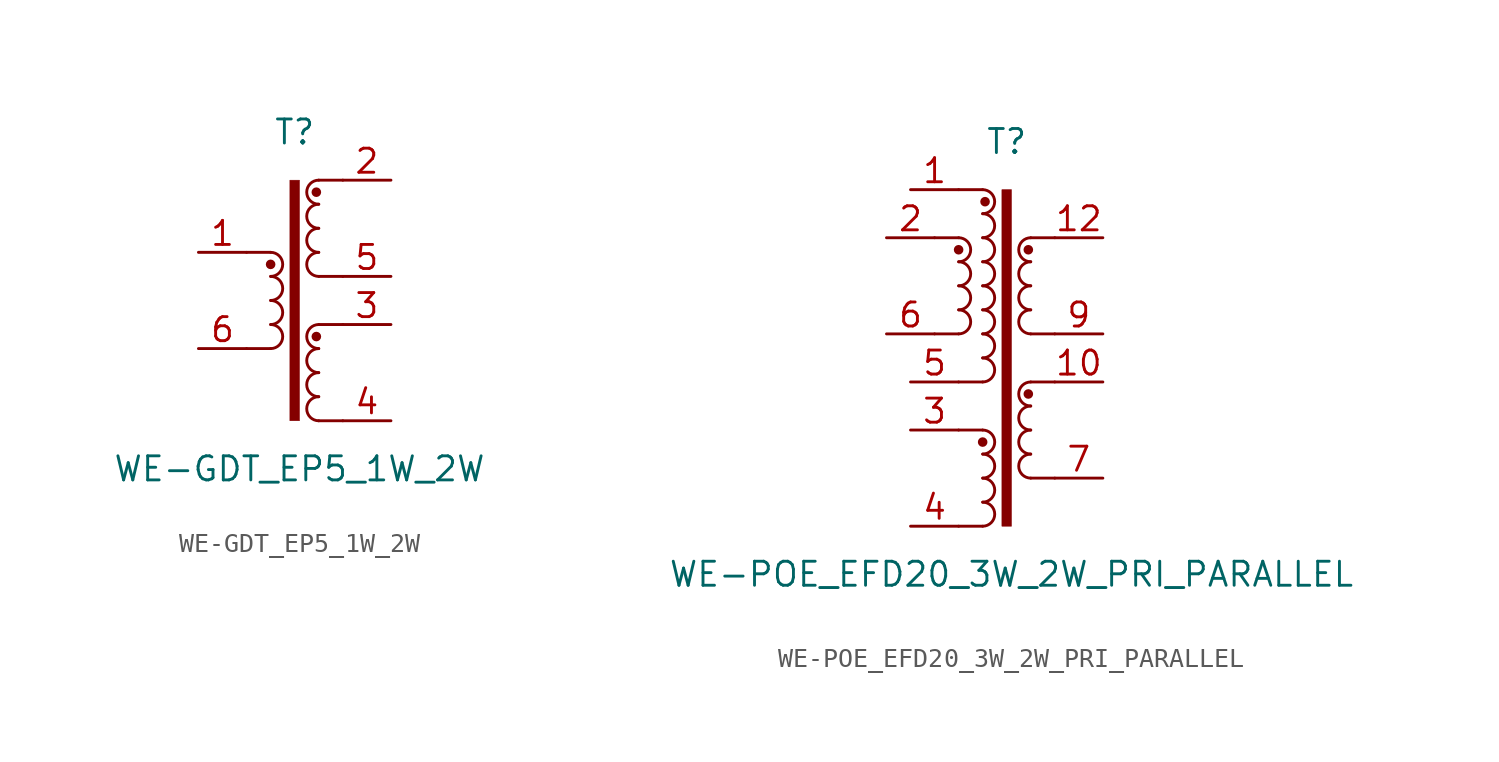
<source format=kicad_sym>
(kicad_symbol_lib
  (version 20241209)
  (generator "kicad_symbol_editor")
  (generator_version "9.0")
  (symbol "WE-GDT_EP5_1W_2W"
    (property "Reference" "T"
      (at 0 8.89 0)
      (effects (font (size 1.27 1.27))))
    (property "Value" "WE-GDT_EP5_1W_2W"
      (at 0.254 -8.89 0)
      (effects (font (size 1.27 1.27))))
    (symbol "WE-GDT_EP5_1W_2W_0_1"
      (polyline (pts (xy -2.54 2.54) (xy -1.27 2.54)) (stroke (width 0) (type default)) (fill (type none)))
      (polyline (pts (xy -2.54 -2.54) (xy -1.27 -2.54)) (stroke (width 0) (type default)) (fill (type none)))
      (arc (start -1.2673 0) (mid -0.635 -0.635) (end -1.2673 -1.27) (stroke (width 0) (type default)) (fill (type none)))
      (arc (start -1.2673 -1.27) (mid -0.635 -1.905) (end -1.2673 -2.54) (stroke (width 0) (type default)) (fill (type none)))
      (rectangle (start -0.254 6.35) (end 0.254 -6.35) (stroke (width 0.025) (type default)) (fill (type outline)))
      (polyline (pts (xy 1.27 6.35) (xy 2.54 6.35)) (stroke (width 0) (type default)) (fill (type none)))
      (polyline (pts (xy 1.27 1.27) (xy 2.54 1.27)) (stroke (width 0) (type default)) (fill (type none)))
      (polyline (pts (xy 1.27 -1.27) (xy 2.54 -1.27)) (stroke (width 0) (type default)) (fill (type none)))
      (polyline (pts (xy 1.27 -6.35) (xy 2.54 -6.35)) (stroke (width 0) (type default)) (fill (type none))))
    (symbol "WE-GDT_EP5_1W_2W_1_1"
      (circle (center -1.27 1.905) (radius 0.127) (stroke (width 0.254) (type default)) (fill (type none)))
      (arc (start -1.2673 2.54) (mid -0.635 1.905) (end -1.2673 1.27) (stroke (width 0) (type default)) (fill (type none)))
      (arc (start -1.2673 1.27) (mid -0.635 0.635) (end -1.2673 0) (stroke (width 0) (type default)) (fill (type none)))
      (circle (center 1.143 5.715) (radius 0.127) (stroke (width 0.254) (type default)) (fill (type none)))
      (circle (center 1.143 -1.905) (radius 0.127) (stroke (width 0.254) (type default)) (fill (type none)))
      (arc (start 1.27 5.08) (mid 0.6377 5.715) (end 1.27 6.35) (stroke (width 0) (type default)) (fill (type none)))
      (arc (start 1.27 3.81) (mid 0.6377 4.445) (end 1.27 5.08) (stroke (width 0) (type default)) (fill (type none)))
      (arc (start 1.27 2.54) (mid 0.6377 3.175) (end 1.27 3.81) (stroke (width 0) (type default)) (fill (type none)))
      (arc (start 1.27 1.27) (mid 0.6377 1.905) (end 1.27 2.54) (stroke (width 0) (type default)) (fill (type none)))
      (arc (start 1.27 -2.54) (mid 0.6377 -1.905) (end 1.27 -1.27) (stroke (width 0) (type default)) (fill (type none)))
      (arc (start 1.27 -3.81) (mid 0.6377 -3.175) (end 1.27 -2.54) (stroke (width 0) (type default)) (fill (type none)))
      (arc (start 1.27 -5.08) (mid 0.6377 -4.445) (end 1.27 -3.81) (stroke (width 0) (type default)) (fill (type none)))
      (arc (start 1.27 -6.35) (mid 0.6377 -5.715) (end 1.27 -5.08) (stroke (width 0) (type default)) (fill (type none)))
      (pin passive line (at -5.08 2.54 0) (length 2.54) (name "~" (effects (font (size 1.27 1.27)))) (number "1" (effects (font (size 1.27 1.27)))))
      (pin passive line (at -5.08 -2.54 0) (length 2.54) (name "~" (effects (font (size 1.27 1.27)))) (number "6" (effects (font (size 1.27 1.27)))))
      (pin passive line (at 5.08 6.35 180) (length 2.54) (name "~" (effects (font (size 1.27 1.27)))) (number "2" (effects (font (size 1.27 1.27)))))
      (pin passive line (at 5.08 1.27 180) (length 2.54) (name "~" (effects (font (size 1.27 1.27)))) (number "5" (effects (font (size 1.27 1.27)))))
      (pin passive line (at 5.08 -1.27 180) (length 2.54) (name "~" (effects (font (size 1.27 1.27)))) (number "3" (effects (font (size 1.27 1.27)))))
      (pin passive line (at 5.08 -6.35 180) (length 2.54) (name "~" (effects (font (size 1.27 1.27)))) (number "4" (effects (font (size 1.27 1.27)))))))
  (symbol "WE-POE_EFD20_3W_2W_PRI_PARALLEL"
    (property "Reference" "T"
      (at 0 11.43 0)
      (effects (font (size 1.27 1.27))))
    (property "Value" "WE-POE_EFD20_3W_2W_PRI_PARALLEL"
      (at 0.254 -11.43 0)
      (effects (font (size 1.27 1.27))))
    (symbol "WE-POE_EFD20_3W_2W_PRI_PARALLEL_0_1"
      (polyline (pts (xy -3.81 6.35) (xy -2.54 6.35)) (stroke (width 0) (type default)) (fill (type none)))
      (polyline (pts (xy -3.81 1.27) (xy -2.54 1.27)) (stroke (width 0) (type default)) (fill (type none)))
      (polyline (pts (xy -2.54 8.89) (xy -1.27 8.89)) (stroke (width 0) (type default)) (fill (type none)))
      (arc (start -2.5373 3.81) (mid -1.905 3.175) (end -2.5373 2.54) (stroke (width 0) (type default)) (fill (type none)))
      (arc (start -2.5373 2.54) (mid -1.905 1.905) (end -2.5373 1.27) (stroke (width 0) (type default)) (fill (type none)))
      (polyline (pts (xy -2.54 -1.27) (xy -1.27 -1.27)) (stroke (width 0) (type default)) (fill (type none)))
      (polyline (pts (xy -2.54 -3.81) (xy -1.27 -3.81)) (stroke (width 0) (type default)) (fill (type none)))
      (polyline (pts (xy -2.54 -8.89) (xy -1.27 -8.89)) (stroke (width 0) (type default)) (fill (type none)))
      (arc (start -1.27 0) (mid -0.6377 -0.635) (end -1.27 -1.27) (stroke (width 0) (type default)) (fill (type none)))
      (arc (start -1.2673 -6.35) (mid -0.635 -6.985) (end -1.2673 -7.62) (stroke (width 0) (type default)) (fill (type none)))
      (arc (start -1.2673 -7.62) (mid -0.635 -8.255) (end -1.2673 -8.89) (stroke (width 0) (type default)) (fill (type none)))
      (rectangle (start -0.254 8.89) (end 0.254 -8.89) (stroke (width 0.025) (type default)) (fill (type outline)))
      (polyline (pts (xy 1.27 6.35) (xy 2.54 6.35)) (stroke (width 0) (type default)) (fill (type none)))
      (polyline (pts (xy 1.27 1.27) (xy 2.54 1.27)) (stroke (width 0) (type default)) (fill (type none)))
      (polyline (pts (xy 1.27 -1.27) (xy 2.54 -1.27)) (stroke (width 0) (type default)) (fill (type none)))
      (polyline (pts (xy 1.27 -6.35) (xy 2.54 -6.35)) (stroke (width 0) (type default)) (fill (type none))))
    (symbol "WE-POE_EFD20_3W_2W_PRI_PARALLEL_1_1"
      (circle (center -2.54 5.715) (radius 0.127) (stroke (width 0.254) (type default)) (fill (type none)))
      (arc (start -2.5373 6.35) (mid -1.905 5.715) (end -2.5373 5.08) (stroke (width 0) (type default)) (fill (type none)))
      (arc (start -2.5373 5.08) (mid -1.905 4.445) (end -2.5373 3.81) (stroke (width 0) (type default)) (fill (type none)))
      (arc (start -1.27 2.54) (mid -0.6377 1.905) (end -1.27 1.27) (stroke (width 0) (type default)) (fill (type none)))
      (arc (start -1.27 1.27) (mid -0.6377 0.635) (end -1.27 0) (stroke (width 0) (type default)) (fill (type none)))
      (arc (start -1.27 8.89) (mid -0.635 8.255) (end -1.27 7.62) (stroke (width 0) (type default)) (fill (type none)))
      (arc (start -1.27 7.62) (mid -0.635 6.985) (end -1.27 6.35) (stroke (width 0) (type default)) (fill (type none)))
      (arc (start -1.27 6.35) (mid -0.635 5.715) (end -1.27 5.08) (stroke (width 0) (type default)) (fill (type none)))
      (arc (start -1.27 5.08) (mid -0.635 4.445) (end -1.27 3.81) (stroke (width 0) (type default)) (fill (type none)))
      (arc (start -1.27 3.81) (mid -0.635 3.175) (end -1.27 2.54) (stroke (width 0) (type default)) (fill (type none)))
      (circle (center -1.27 -4.445) (radius 0.127) (stroke (width 0.254) (type default)) (fill (type none)))
      (arc (start -1.2673 -3.81) (mid -0.635 -4.445) (end -1.2673 -5.08) (stroke (width 0) (type default)) (fill (type none)))
      (arc (start -1.2673 -5.08) (mid -0.635 -5.715) (end -1.2673 -6.35) (stroke (width 0) (type default)) (fill (type none)))
      (circle (center -1.143 8.255) (radius 0.127) (stroke (width 0.254) (type default)) (fill (type none)))
      (circle (center 1.143 5.715) (radius 0.127) (stroke (width 0.254) (type default)) (fill (type none)))
      (circle (center 1.143 -1.905) (radius 0.127) (stroke (width 0.254) (type default)) (fill (type none)))
      (arc (start 1.27 5.08) (mid 0.6377 5.715) (end 1.27 6.35) (stroke (width 0) (type default)) (fill (type none)))
      (arc (start 1.27 3.81) (mid 0.6377 4.445) (end 1.27 5.08) (stroke (width 0) (type default)) (fill (type none)))
      (arc (start 1.27 2.54) (mid 0.6377 3.175) (end 1.27 3.81) (stroke (width 0) (type default)) (fill (type none)))
      (arc (start 1.27 1.27) (mid 0.6377 1.905) (end 1.27 2.54) (stroke (width 0) (type default)) (fill (type none)))
      (arc (start 1.27 -2.54) (mid 0.6377 -1.905) (end 1.27 -1.27) (stroke (width 0) (type default)) (fill (type none)))
      (arc (start 1.27 -3.81) (mid 0.6377 -3.175) (end 1.27 -2.54) (stroke (width 0) (type default)) (fill (type none)))
      (arc (start 1.27 -5.08) (mid 0.6377 -4.445) (end 1.27 -3.81) (stroke (width 0) (type default)) (fill (type none)))
      (arc (start 1.27 -6.35) (mid 0.6377 -5.715) (end 1.27 -5.08) (stroke (width 0) (type default)) (fill (type none)))
      (pin passive line (at -6.35 6.35 0) (length 2.54) (name "~" (effects (font (size 1.27 1.27)))) (number "2" (effects (font (size 1.27 1.27)))))
      (pin passive line (at -6.35 1.27 0) (length 2.54) (name "~" (effects (font (size 1.27 1.27)))) (number "6" (effects (font (size 1.27 1.27)))))
      (pin passive line (at -5.08 8.89 0) (length 2.54) (name "~" (effects (font (size 1.27 1.27)))) (number "1" (effects (font (size 1.27 1.27)))))
      (pin passive line (at -5.08 -1.27 0) (length 2.54) (name "~" (effects (font (size 1.27 1.27)))) (number "5" (effects (font (size 1.27 1.27)))))
      (pin passive line (at -5.08 -3.81 0) (length 2.54) (name "~" (effects (font (size 1.27 1.27)))) (number "3" (effects (font (size 1.27 1.27)))))
      (pin passive line (at -5.08 -8.89 0) (length 2.54) (name "~" (effects (font (size 1.27 1.27)))) (number "4" (effects (font (size 1.27 1.27)))))
      (pin passive line (at 5.08 6.35 180) (length 2.54) (name "~" (effects (font (size 1.27 1.27)))) (number "12" (effects (font (size 1.27 1.27)))))
      (pin passive line (at 5.08 1.27 180) (length 2.54) (name "~" (effects (font (size 1.27 1.27)))) (number "9" (effects (font (size 1.27 1.27)))))
      (pin passive line (at 5.08 -1.27 180) (length 2.54) (name "~" (effects (font (size 1.27 1.27)))) (number "10" (effects (font (size 1.27 1.27)))))
      (pin passive line (at 5.08 -6.35 180) (length 2.54) (name "~" (effects (font (size 1.27 1.27)))) (number "7" (effects (font (size 1.27 1.27))))))))
</source>
